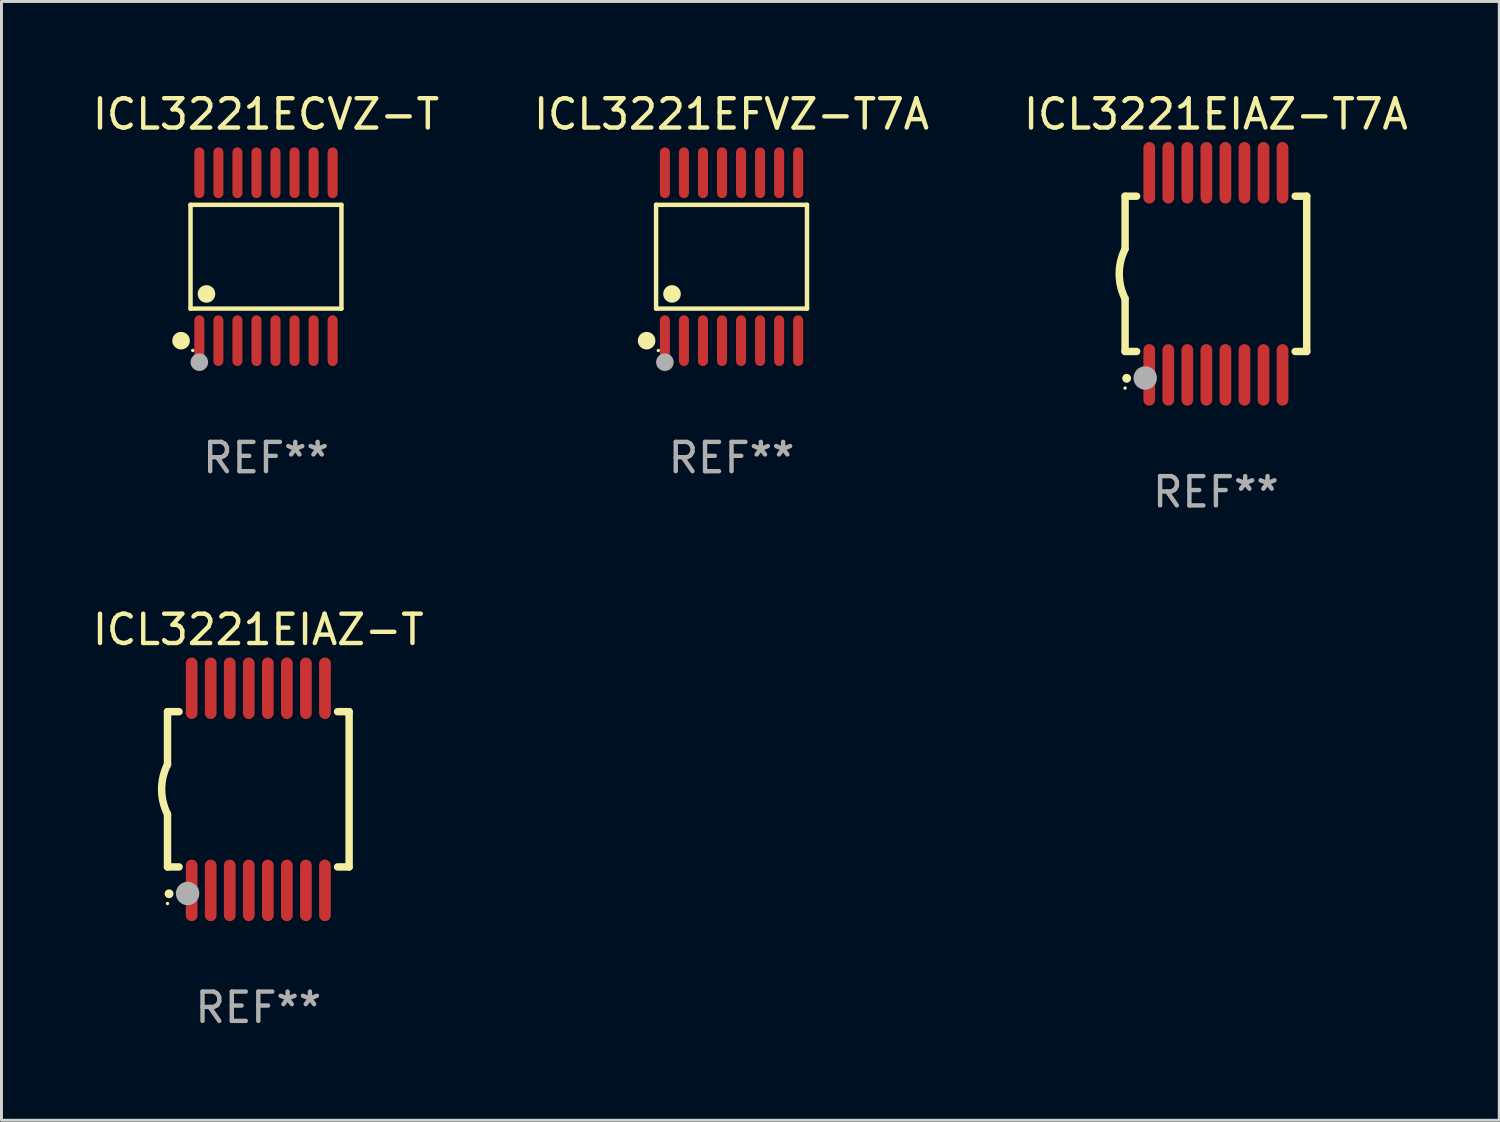
<source format=kicad_pcb>
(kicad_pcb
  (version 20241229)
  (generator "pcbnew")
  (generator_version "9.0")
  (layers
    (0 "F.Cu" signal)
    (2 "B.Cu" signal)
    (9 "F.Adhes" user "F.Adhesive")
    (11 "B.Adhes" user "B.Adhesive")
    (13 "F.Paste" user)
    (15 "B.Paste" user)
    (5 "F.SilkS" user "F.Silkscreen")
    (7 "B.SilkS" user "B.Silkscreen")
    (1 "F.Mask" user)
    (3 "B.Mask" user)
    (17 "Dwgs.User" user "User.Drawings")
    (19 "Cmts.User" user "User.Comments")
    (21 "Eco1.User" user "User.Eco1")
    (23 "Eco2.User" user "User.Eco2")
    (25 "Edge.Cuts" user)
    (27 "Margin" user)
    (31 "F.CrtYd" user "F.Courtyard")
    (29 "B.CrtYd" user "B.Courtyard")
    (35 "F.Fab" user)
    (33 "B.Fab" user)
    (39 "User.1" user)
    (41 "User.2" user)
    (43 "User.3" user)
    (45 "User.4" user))
  (footprint "ICL3221EIAZ-T7A"
    (layer "F.Cu")
    (at 38.458 6.298)
    (property "Reference" "ICL3221EIAZ-T7A" (at 0 -5.45 0) (layer "F.SilkS") (effects (font (size 1 1) (thickness 0.15))))
    (attr through_hole)
    (fp_line (start -3.1 -2.65) (end -3.1 -0.85) (stroke (width 0.254) (type solid)) (layer "F.SilkS"))
    (fp_line (start -3.1 -2.65) (end -2.706 -2.65) (stroke (width 0.254) (type solid)) (layer "F.SilkS"))
    (fp_line (start -3.1 2.65) (end -3.1 0.85) (stroke (width 0.254) (type solid)) (layer "F.SilkS"))
    (fp_line (start -3.1 2.65) (end -2.706 2.65) (stroke (width 0.254) (type solid)) (layer "F.SilkS"))
    (fp_line (start 2.706 -2.65) (end 3.1 -2.65) (stroke (width 0.254) (type solid)) (layer "F.SilkS"))
    (fp_line (start 2.706 2.65) (end 3.1 2.65) (stroke (width 0.254) (type solid)) (layer "F.SilkS"))
    (fp_line (start 3.1 -2.65) (end 3.1 2.65) (stroke (width 0.254) (type solid)) (layer "F.SilkS"))
    (fp_arc (start -3.098907 0.850902) (mid -3.300057 0.000523) (end -3.1 -0.850114) (stroke (width 0.254001) (type solid)) (layer "F.SilkS"))
    (fp_arc (start -3.048006 3.566066) (mid -3.046736 3.566061) (end -3.045466 3.566066) (stroke (width 0.3) (type solid)) (layer "F.SilkS"))
    (fp_circle (center -3.1 3.9) (end -3.07 3.9) (stroke (width 0.06) (type solid)) (fill no) (layer "F.SilkS"))
    (fp_circle (center -2.413 3.556) (end -2.213 3.556) (stroke (width 0.4) (type solid)) (fill no) (layer "F.Fab"))
    (fp_text user "REF**" (at 0 7.45 0) (layer "F.Fab") (effects (font (size 1 1) (thickness 0.15))))
    (pad "1" smd oval (at -2.275 3.45 180) (size 0.4 2.1) (layers "F.Cu" "F.Mask" "F.Paste"))
    (pad "2" smd oval (at -1.625 3.45 180) (size 0.4 2.1) (layers "F.Cu" "F.Mask" "F.Paste"))
    (pad "3" smd oval (at -0.975 3.45 180) (size 0.4 2.1) (layers "F.Cu" "F.Mask" "F.Paste"))
    (pad "4" smd oval (at -0.325 3.45 180) (size 0.4 2.1) (layers "F.Cu" "F.Mask" "F.Paste"))
    (pad "5" smd oval (at 0.325 3.45 180) (size 0.4 2.1) (layers "F.Cu" "F.Mask" "F.Paste"))
    (pad "6" smd oval (at 0.975 3.45 180) (size 0.4 2.1) (layers "F.Cu" "F.Mask" "F.Paste"))
    (pad "7" smd oval (at 1.625 3.45 180) (size 0.4 2.1) (layers "F.Cu" "F.Mask" "F.Paste"))
    (pad "8" smd oval (at 2.275 3.45 180) (size 0.4 2.1) (layers "F.Cu" "F.Mask" "F.Paste"))
    (pad "9" smd oval (at 2.275 -3.45 180) (size 0.4 2.1) (layers "F.Cu" "F.Mask" "F.Paste"))
    (pad "10" smd oval (at 1.625 -3.45 180) (size 0.4 2.1) (layers "F.Cu" "F.Mask" "F.Paste"))
    (pad "11" smd oval (at 0.975 -3.45 180) (size 0.4 2.1) (layers "F.Cu" "F.Mask" "F.Paste"))
    (pad "12" smd oval (at 0.325 -3.45 180) (size 0.4 2.1) (layers "F.Cu" "F.Mask" "F.Paste"))
    (pad "13" smd oval (at -0.325 -3.45 180) (size 0.4 2.1) (layers "F.Cu" "F.Mask" "F.Paste"))
    (pad "14" smd oval (at -0.975 -3.45 180) (size 0.4 2.1) (layers "F.Cu" "F.Mask" "F.Paste"))
    (pad "15" smd oval (at -1.625 -3.45 180) (size 0.4 2.1) (layers "F.Cu" "F.Mask" "F.Paste"))
    (pad "16" smd oval (at -2.275 -3.45 180) (size 0.4 2.1) (layers "F.Cu" "F.Mask" "F.Paste")))
  (footprint "ICL3221EIAZ-T"
    (layer "F.Cu")
    (at 5.768 23.895)
    (property "Reference" "ICL3221EIAZ-T" (at 0 -5.45 0) (layer "F.SilkS") (effects (font (size 1 1) (thickness 0.15))))
    (attr through_hole)
    (fp_line (start -3.1 -2.65) (end -3.1 -0.85) (stroke (width 0.254) (type solid)) (layer "F.SilkS"))
    (fp_line (start -3.1 -2.65) (end -2.706 -2.65) (stroke (width 0.254) (type solid)) (layer "F.SilkS"))
    (fp_line (start -3.1 2.65) (end -3.1 0.85) (stroke (width 0.254) (type solid)) (layer "F.SilkS"))
    (fp_line (start -3.1 2.65) (end -2.706 2.65) (stroke (width 0.254) (type solid)) (layer "F.SilkS"))
    (fp_line (start 2.706 -2.65) (end 3.1 -2.65) (stroke (width 0.254) (type solid)) (layer "F.SilkS"))
    (fp_line (start 2.706 2.65) (end 3.1 2.65) (stroke (width 0.254) (type solid)) (layer "F.SilkS"))
    (fp_line (start 3.1 -2.65) (end 3.1 2.65) (stroke (width 0.254) (type solid)) (layer "F.SilkS"))
    (fp_arc (start -3.098907 0.850902) (mid -3.300057 0.000523) (end -3.1 -0.850114) (stroke (width 0.254001) (type solid)) (layer "F.SilkS"))
    (fp_arc (start -3.048006 3.566066) (mid -3.046736 3.566061) (end -3.045466 3.566066) (stroke (width 0.3) (type solid)) (layer "F.SilkS"))
    (fp_circle (center -3.1 3.9) (end -3.07 3.9) (stroke (width 0.06) (type solid)) (fill no) (layer "F.SilkS"))
    (fp_circle (center -2.413 3.556) (end -2.213 3.556) (stroke (width 0.4) (type solid)) (fill no) (layer "F.Fab"))
    (fp_text user "REF**" (at 0 7.45 0) (layer "F.Fab") (effects (font (size 1 1) (thickness 0.15))))
    (pad "1" smd oval (at -2.275 3.45 180) (size 0.4 2.1) (layers "F.Cu" "F.Mask" "F.Paste"))
    (pad "2" smd oval (at -1.625 3.45 180) (size 0.4 2.1) (layers "F.Cu" "F.Mask" "F.Paste"))
    (pad "3" smd oval (at -0.975 3.45 180) (size 0.4 2.1) (layers "F.Cu" "F.Mask" "F.Paste"))
    (pad "4" smd oval (at -0.325 3.45 180) (size 0.4 2.1) (layers "F.Cu" "F.Mask" "F.Paste"))
    (pad "5" smd oval (at 0.325 3.45 180) (size 0.4 2.1) (layers "F.Cu" "F.Mask" "F.Paste"))
    (pad "6" smd oval (at 0.975 3.45 180) (size 0.4 2.1) (layers "F.Cu" "F.Mask" "F.Paste"))
    (pad "7" smd oval (at 1.625 3.45 180) (size 0.4 2.1) (layers "F.Cu" "F.Mask" "F.Paste"))
    (pad "8" smd oval (at 2.275 3.45 180) (size 0.4 2.1) (layers "F.Cu" "F.Mask" "F.Paste"))
    (pad "9" smd oval (at 2.275 -3.45 180) (size 0.4 2.1) (layers "F.Cu" "F.Mask" "F.Paste"))
    (pad "10" smd oval (at 1.625 -3.45 180) (size 0.4 2.1) (layers "F.Cu" "F.Mask" "F.Paste"))
    (pad "11" smd oval (at 0.975 -3.45 180) (size 0.4 2.1) (layers "F.Cu" "F.Mask" "F.Paste"))
    (pad "12" smd oval (at 0.325 -3.45 180) (size 0.4 2.1) (layers "F.Cu" "F.Mask" "F.Paste"))
    (pad "13" smd oval (at -0.325 -3.45 180) (size 0.4 2.1) (layers "F.Cu" "F.Mask" "F.Paste"))
    (pad "14" smd oval (at -0.975 -3.45 180) (size 0.4 2.1) (layers "F.Cu" "F.Mask" "F.Paste"))
    (pad "15" smd oval (at -1.625 -3.45 180) (size 0.4 2.1) (layers "F.Cu" "F.Mask" "F.Paste"))
    (pad "16" smd oval (at -2.275 -3.45 180) (size 0.4 2.1) (layers "F.Cu" "F.Mask" "F.Paste")))
  (footprint "ICL3221ECVZ-T"
    (layer "F.Cu")
    (at 6.03 5.714)
    (property "Reference" "ICL3221ECVZ-T" (at 0 -4.866 0) (layer "F.SilkS") (effects (font (size 1 1) (thickness 0.15))))
    (attr through_hole)
    (fp_line (start -2.576 -1.772) (end 2.576 -1.772) (stroke (width 0.152) (type solid)) (layer "F.SilkS"))
    (fp_line (start -2.576 1.771) (end -2.576 -1.772) (stroke (width 0.152) (type solid)) (layer "F.SilkS"))
    (fp_line (start 2.576 -1.772) (end 2.576 1.771) (stroke (width 0.152) (type solid)) (layer "F.SilkS"))
    (fp_line (start 2.576 1.771) (end -2.576 1.771) (stroke (width 0.152) (type solid)) (layer "F.SilkS"))
    (fp_circle (center -2.899 2.866) (end -2.749 2.866) (stroke (width 0.3) (type solid)) (fill no) (layer "F.SilkS"))
    (fp_circle (center -2.5 3.2) (end -2.47 3.2) (stroke (width 0.06) (type solid)) (fill no) (layer "F.SilkS"))
    (fp_circle (center -2.032 1.27) (end -1.882 1.27) (stroke (width 0.3) (type solid)) (fill no) (layer "F.SilkS"))
    (fp_circle (center -2.275 3.6) (end -2.125 3.6) (stroke (width 0.3) (type solid)) (fill no) (layer "F.Fab"))
    (fp_text user "REF**" (at 0 6.866 0) (layer "F.Fab") (effects (font (size 1 1) (thickness 0.15))))
    (pad "1" smd oval (at -2.275 2.866) (size 0.343 1.731) (layers "F.Cu" "F.Mask" "F.Paste"))
    (pad "2" smd oval (at -1.625 2.866) (size 0.343 1.731) (layers "F.Cu" "F.Mask" "F.Paste"))
    (pad "3" smd oval (at -0.975 2.866) (size 0.343 1.731) (layers "F.Cu" "F.Mask" "F.Paste"))
    (pad "4" smd oval (at -0.325 2.866) (size 0.343 1.731) (layers "F.Cu" "F.Mask" "F.Paste"))
    (pad "5" smd oval (at 0.325 2.866) (size 0.343 1.731) (layers "F.Cu" "F.Mask" "F.Paste"))
    (pad "6" smd oval (at 0.975 2.866) (size 0.343 1.731) (layers "F.Cu" "F.Mask" "F.Paste"))
    (pad "7" smd oval (at 1.625 2.866) (size 0.343 1.731) (layers "F.Cu" "F.Mask" "F.Paste"))
    (pad "8" smd oval (at 2.275 2.866) (size 0.343 1.731) (layers "F.Cu" "F.Mask" "F.Paste"))
    (pad "9" smd oval (at 2.275 -2.866) (size 0.343 1.731) (layers "F.Cu" "F.Mask" "F.Paste"))
    (pad "10" smd oval (at 1.625 -2.866) (size 0.343 1.731) (layers "F.Cu" "F.Mask" "F.Paste"))
    (pad "11" smd oval (at 0.975 -2.866) (size 0.343 1.731) (layers "F.Cu" "F.Mask" "F.Paste"))
    (pad "12" smd oval (at 0.325 -2.866) (size 0.343 1.731) (layers "F.Cu" "F.Mask" "F.Paste"))
    (pad "13" smd oval (at -0.325 -2.866) (size 0.343 1.731) (layers "F.Cu" "F.Mask" "F.Paste"))
    (pad "14" smd oval (at -0.975 -2.866) (size 0.343 1.731) (layers "F.Cu" "F.Mask" "F.Paste"))
    (pad "15" smd oval (at -1.625 -2.866) (size 0.343 1.731) (layers "F.Cu" "F.Mask" "F.Paste"))
    (pad "16" smd oval (at -2.275 -2.866) (size 0.343 1.731) (layers "F.Cu" "F.Mask" "F.Paste")))
  (footprint "ICL3221EFVZ-T7A"
    (layer "F.Cu")
    (at 21.923 5.714)
    (property "Reference" "ICL3221EFVZ-T7A" (at 0 -4.866 0) (layer "F.SilkS") (effects (font (size 1 1) (thickness 0.15))))
    (attr through_hole)
    (fp_line (start -2.576 -1.772) (end 2.576 -1.772) (stroke (width 0.152) (type solid)) (layer "F.SilkS"))
    (fp_line (start -2.576 1.771) (end -2.576 -1.772) (stroke (width 0.152) (type solid)) (layer "F.SilkS"))
    (fp_line (start 2.576 -1.772) (end 2.576 1.771) (stroke (width 0.152) (type solid)) (layer "F.SilkS"))
    (fp_line (start 2.576 1.771) (end -2.576 1.771) (stroke (width 0.152) (type solid)) (layer "F.SilkS"))
    (fp_circle (center -2.899 2.866) (end -2.749 2.866) (stroke (width 0.3) (type solid)) (fill no) (layer "F.SilkS"))
    (fp_circle (center -2.5 3.2) (end -2.47 3.2) (stroke (width 0.06) (type solid)) (fill no) (layer "F.SilkS"))
    (fp_circle (center -2.032 1.27) (end -1.882 1.27) (stroke (width 0.3) (type solid)) (fill no) (layer "F.SilkS"))
    (fp_circle (center -2.275 3.6) (end -2.125 3.6) (stroke (width 0.3) (type solid)) (fill no) (layer "F.Fab"))
    (fp_text user "REF**" (at 0 6.866 0) (layer "F.Fab") (effects (font (size 1 1) (thickness 0.15))))
    (pad "1" smd oval (at -2.275 2.866) (size 0.343 1.731) (layers "F.Cu" "F.Mask" "F.Paste"))
    (pad "2" smd oval (at -1.625 2.866) (size 0.343 1.731) (layers "F.Cu" "F.Mask" "F.Paste"))
    (pad "3" smd oval (at -0.975 2.866) (size 0.343 1.731) (layers "F.Cu" "F.Mask" "F.Paste"))
    (pad "4" smd oval (at -0.325 2.866) (size 0.343 1.731) (layers "F.Cu" "F.Mask" "F.Paste"))
    (pad "5" smd oval (at 0.325 2.866) (size 0.343 1.731) (layers "F.Cu" "F.Mask" "F.Paste"))
    (pad "6" smd oval (at 0.975 2.866) (size 0.343 1.731) (layers "F.Cu" "F.Mask" "F.Paste"))
    (pad "7" smd oval (at 1.625 2.866) (size 0.343 1.731) (layers "F.Cu" "F.Mask" "F.Paste"))
    (pad "8" smd oval (at 2.275 2.866) (size 0.343 1.731) (layers "F.Cu" "F.Mask" "F.Paste"))
    (pad "9" smd oval (at 2.275 -2.866) (size 0.343 1.731) (layers "F.Cu" "F.Mask" "F.Paste"))
    (pad "10" smd oval (at 1.625 -2.866) (size 0.343 1.731) (layers "F.Cu" "F.Mask" "F.Paste"))
    (pad "11" smd oval (at 0.975 -2.866) (size 0.343 1.731) (layers "F.Cu" "F.Mask" "F.Paste"))
    (pad "12" smd oval (at 0.325 -2.866) (size 0.343 1.731) (layers "F.Cu" "F.Mask" "F.Paste"))
    (pad "13" smd oval (at -0.325 -2.866) (size 0.343 1.731) (layers "F.Cu" "F.Mask" "F.Paste"))
    (pad "14" smd oval (at -0.975 -2.866) (size 0.343 1.731) (layers "F.Cu" "F.Mask" "F.Paste"))
    (pad "15" smd oval (at -1.625 -2.866) (size 0.343 1.731) (layers "F.Cu" "F.Mask" "F.Paste"))
    (pad "16" smd oval (at -2.275 -2.866) (size 0.343 1.731) (layers "F.Cu" "F.Mask" "F.Paste")))
  (gr_rect
    (start -3 -3)
    (end 48.131 35.193)
    (stroke (width 0.1) (type default))
    (fill no)
    (layer "Edge.Cuts")))
</source>
